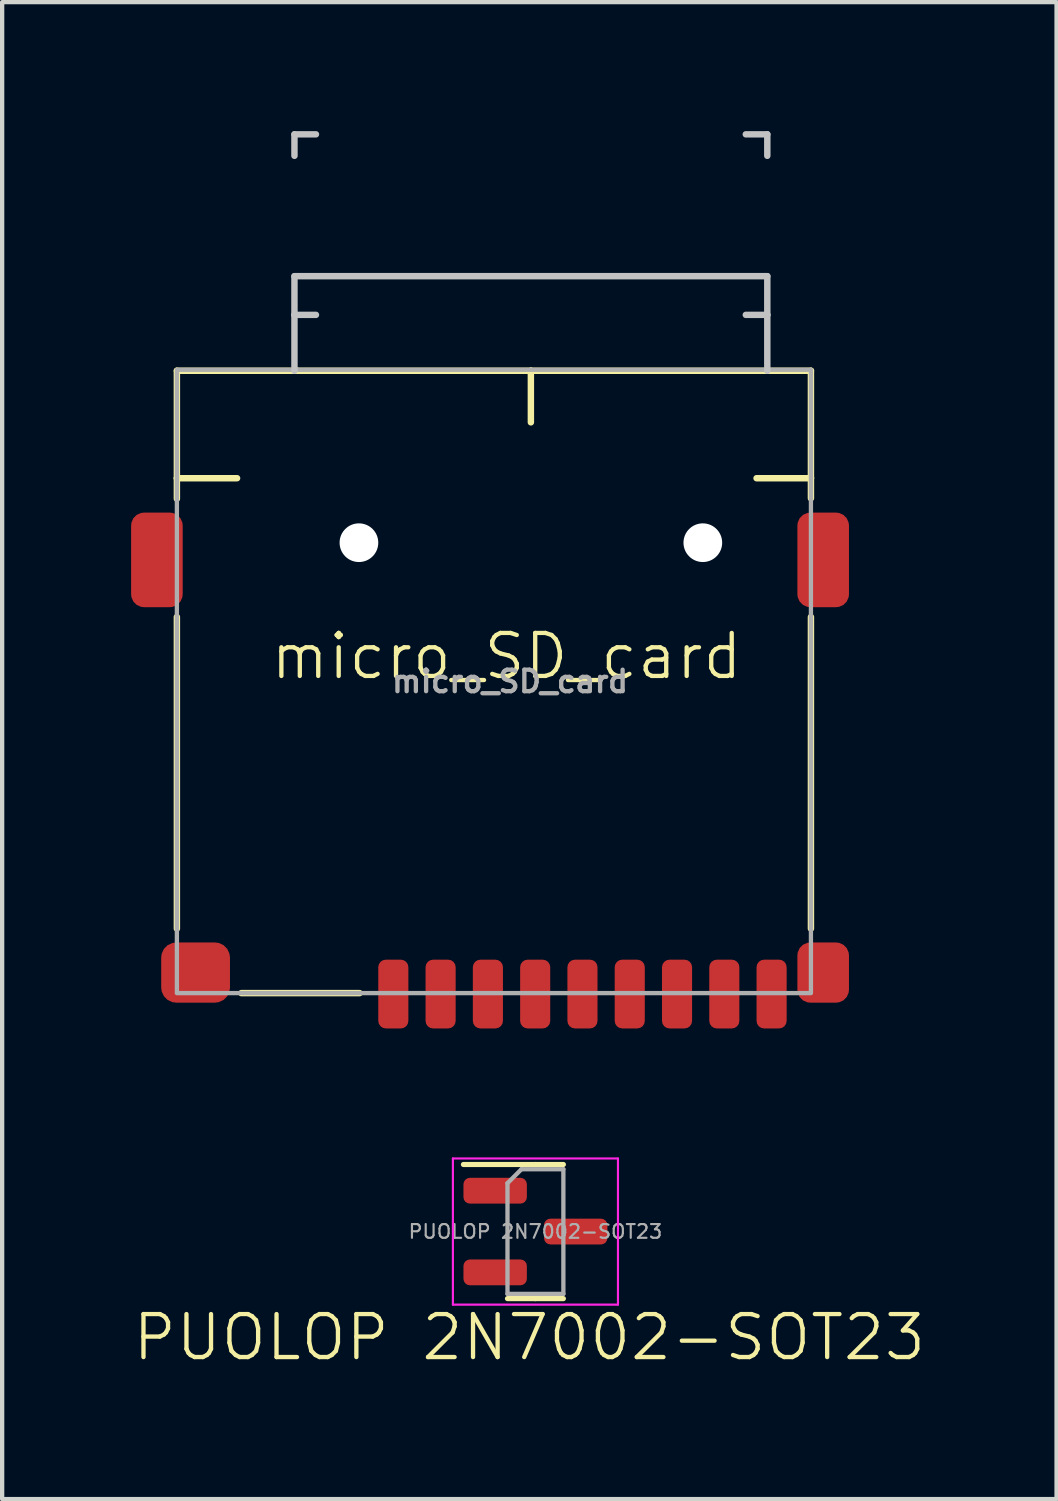
<source format=kicad_pcb>
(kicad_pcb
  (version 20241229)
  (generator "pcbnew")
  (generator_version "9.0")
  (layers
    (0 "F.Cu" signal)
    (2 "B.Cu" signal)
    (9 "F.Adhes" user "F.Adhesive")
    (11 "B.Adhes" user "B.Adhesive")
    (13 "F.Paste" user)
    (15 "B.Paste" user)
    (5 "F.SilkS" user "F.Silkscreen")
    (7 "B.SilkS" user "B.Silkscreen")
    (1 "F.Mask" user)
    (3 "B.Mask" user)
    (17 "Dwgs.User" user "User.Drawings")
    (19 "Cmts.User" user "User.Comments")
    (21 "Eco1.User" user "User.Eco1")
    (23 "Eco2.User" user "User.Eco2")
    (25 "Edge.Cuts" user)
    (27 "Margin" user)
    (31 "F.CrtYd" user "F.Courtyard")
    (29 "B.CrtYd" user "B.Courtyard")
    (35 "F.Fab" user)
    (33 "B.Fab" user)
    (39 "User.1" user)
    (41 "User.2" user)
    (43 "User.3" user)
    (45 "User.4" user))
  (footprint "PUOLOP 2N7002-SOT23"
    (layer "F.Cu")
    (at 9.264 25.522)
    (property "Reference" "PUOLOP 2N7002-SOT23" (at 0 2.54 0) (unlocked yes) (layer "F.SilkS") (effects (font (size 1 1) (thickness 0.1))))
    (attr smd)
    (fp_line (start 0.142 -1.482) (end -1.533 -1.482) (stroke (width 0.12) (type solid)) (layer "F.SilkS"))
    (fp_line (start 0.142 -1.482) (end 0.792 -1.482) (stroke (width 0.12) (type solid)) (layer "F.SilkS"))
    (fp_line (start 0.142 1.638) (end -0.508 1.638) (stroke (width 0.12) (type solid)) (layer "F.SilkS"))
    (fp_line (start 0.142 1.638) (end 0.792 1.638) (stroke (width 0.12) (type solid)) (layer "F.SilkS"))
    (fp_line (start -1.778 -1.622) (end -1.778 1.778) (stroke (width 0.05) (type solid)) (layer "F.CrtYd"))
    (fp_line (start -1.778 1.778) (end 2.062 1.778) (stroke (width 0.05) (type solid)) (layer "F.CrtYd"))
    (fp_line (start 2.062 -1.622) (end -1.778 -1.622) (stroke (width 0.05) (type solid)) (layer "F.CrtYd"))
    (fp_line (start 2.062 1.778) (end 2.062 -1.622) (stroke (width 0.05) (type solid)) (layer "F.CrtYd"))
    (fp_line (start -0.508 -1.047) (end -0.183 -1.372) (stroke (width 0.1) (type solid)) (layer "F.Fab"))
    (fp_line (start -0.508 1.528) (end -0.508 -1.047) (stroke (width 0.1) (type solid)) (layer "F.Fab"))
    (fp_line (start -0.183 -1.372) (end 0.792 -1.372) (stroke (width 0.1) (type solid)) (layer "F.Fab"))
    (fp_line (start 0.792 -1.372) (end 0.792 1.528) (stroke (width 0.1) (type solid)) (layer "F.Fab"))
    (fp_line (start 0.792 1.528) (end -0.508 1.528) (stroke (width 0.1) (type solid)) (layer "F.Fab"))
    (fp_text user "${REFERENCE}" (at 0.142 0.078 0) (layer "F.Fab") (effects (font (size 0.32 0.32) (thickness 0.05))))
    (pad "1" smd roundrect (at 1.079 0.078) (size 1.475 0.6) (layers "F.Cu" "F.Mask" "F.Paste") (roundrect_rratio 0.25))
    (pad "2" smd roundrect (at -0.795 -0.872) (size 1.475 0.6) (layers "F.Cu" "F.Mask" "F.Paste") (roundrect_rratio 0.25))
    (pad "3" smd roundrect (at -0.795 1.028) (size 1.475 0.6) (layers "F.Cu" "F.Mask" "F.Paste") (roundrect_rratio 0.25)))
  (footprint "micro_SD_card"
    (layer "F.Cu")
    (at 8.734 12.717)
    (property "Reference" "micro_SD_card" (at 0 -0.5 0) (unlocked yes) (layer "F.SilkS") (effects (font (size 1 1) (thickness 0.1))))
    (attr smd)
    (fp_line (start -7.669 -7.142) (end -7.669 -4.642) (stroke (width 0.15) (type solid)) (layer "F.SilkS"))
    (fp_line (start -7.669 -4.642) (end -7.669 -4.164) (stroke (width 0.15) (type default)) (layer "F.SilkS"))
    (fp_line (start -7.669 -1.414) (end -7.669 5.836) (stroke (width 0.15) (type default)) (layer "F.SilkS"))
    (fp_line (start -6.269 -4.642) (end -7.669 -4.642) (stroke (width 0.15) (type solid)) (layer "F.SilkS"))
    (fp_line (start -6.169 7.336) (end -3.419 7.336) (stroke (width 0.15) (type default)) (layer "F.SilkS"))
    (fp_line (start -4.869 -7.142) (end -7.669 -7.142) (stroke (width 0.15) (type solid)) (layer "F.SilkS"))
    (fp_line (start 0.566 -7.142) (end -4.934 -7.142) (stroke (width 0.15) (type solid)) (layer "F.SilkS"))
    (fp_line (start 0.566 -5.942) (end 0.566 -7.142) (stroke (width 0.15) (type solid)) (layer "F.SilkS"))
    (fp_line (start 5.816 -4.642) (end 7.081 -4.642) (stroke (width 0.15) (type solid)) (layer "F.SilkS"))
    (fp_line (start 6.066 -7.142) (end 0.566 -7.142) (stroke (width 0.15) (type solid)) (layer "F.SilkS"))
    (fp_line (start 7.081 -7.142) (end 6.066 -7.142) (stroke (width 0.15) (type solid)) (layer "F.SilkS"))
    (fp_line (start 7.081 -7.142) (end 7.081 -4.642) (stroke (width 0.15) (type solid)) (layer "F.SilkS"))
    (fp_line (start 7.081 -4.653) (end 7.081 -4.175) (stroke (width 0.15) (type default)) (layer "F.SilkS"))
    (fp_line (start 7.081 -1.414) (end 7.081 5.836) (stroke (width 0.15) (type default)) (layer "F.SilkS"))
    (fp_line (start -4.934 -12.642) (end -4.934 -12.142) (stroke (width 0.15) (type solid)) (layer "Dwgs.User"))
    (fp_line (start -4.934 -9.342) (end -4.934 -8.442) (stroke (width 0.15) (type solid)) (layer "Dwgs.User"))
    (fp_line (start -4.934 -8.442) (end -4.934 -7.142) (stroke (width 0.15) (type solid)) (layer "Dwgs.User"))
    (fp_line (start -4.434 -12.642) (end -4.934 -12.642) (stroke (width 0.15) (type solid)) (layer "Dwgs.User"))
    (fp_line (start -4.434 -8.442) (end -4.934 -8.442) (stroke (width 0.15) (type solid)) (layer "Dwgs.User"))
    (fp_line (start 5.566 -12.642) (end 6.066 -12.642) (stroke (width 0.15) (type solid)) (layer "Dwgs.User"))
    (fp_line (start 5.566 -8.442) (end 6.066 -8.442) (stroke (width 0.15) (type solid)) (layer "Dwgs.User"))
    (fp_line (start 6.066 -12.642) (end 6.066 -12.142) (stroke (width 0.15) (type solid)) (layer "Dwgs.User"))
    (fp_line (start 6.066 -9.342) (end -4.934 -9.342) (stroke (width 0.15) (type solid)) (layer "Dwgs.User"))
    (fp_line (start 6.066 -9.342) (end 6.066 -8.442) (stroke (width 0.15) (type solid)) (layer "Dwgs.User"))
    (fp_line (start 6.066 -8.442) (end 6.066 -7.142) (stroke (width 0.15) (type solid)) (layer "Dwgs.User"))
    (fp_rect (start -7.669 -7.164) (end 7.081 7.336) (stroke (width 0.1) (type solid)) (fill no) (layer "F.Fab"))
    (fp_text user "${REFERENCE}" (at 0.081 0.086 0) (layer "F.Fab") (effects (font (size 0.5 0.5) (thickness 0.1))))
    (pad "" np_thru_hole circle (at -3.434 -3.142) (size 0.9 0.9) (drill 0.9) (layers "*.Cu" "*.Mask"))
    (pad "" np_thru_hole circle (at 4.566 -3.142) (size 0.9 0.9) (drill 0.9) (layers "*.Cu" "*.Mask"))
    (pad "1" smd roundrect (at -2.634 7.358) (size 0.7 1.6) (layers "F.Cu" "F.Mask" "F.Paste") (roundrect_rratio 0.25))
    (pad "2" smd roundrect (at -1.534 7.358) (size 0.7 1.6) (layers "F.Cu" "F.Mask" "F.Paste") (roundrect_rratio 0.25))
    (pad "3" smd roundrect (at -0.434 7.358) (size 0.7 1.6) (layers "F.Cu" "F.Mask" "F.Paste") (roundrect_rratio 0.25))
    (pad "4" smd roundrect (at 0.666 7.358) (size 0.7 1.6) (layers "F.Cu" "F.Mask" "F.Paste") (roundrect_rratio 0.25))
    (pad "5" smd roundrect (at 1.766 7.358) (size 0.7 1.6) (layers "F.Cu" "F.Mask" "F.Paste") (roundrect_rratio 0.25))
    (pad "6" smd roundrect (at 2.866 7.358) (size 0.7 1.6) (layers "F.Cu" "F.Mask" "F.Paste") (roundrect_rratio 0.25))
    (pad "7" smd roundrect (at 3.966 7.358) (size 0.7 1.6) (layers "F.Cu" "F.Mask" "F.Paste") (roundrect_rratio 0.25))
    (pad "8" smd roundrect (at 5.066 7.358) (size 0.7 1.6) (layers "F.Cu" "F.Mask" "F.Paste") (roundrect_rratio 0.25))
    (pad "9" smd roundrect (at 6.166 7.358) (size 0.7 1.6) (layers "F.Cu" "F.Mask" "F.Paste") (roundrect_rratio 0.25))
    (pad "SH" smd roundrect (at -8.134 -2.742) (size 1.2 2.2) (layers "F.Cu" "F.Mask" "F.Paste") (roundrect_rratio 0.25))
    (pad "SH" smd roundrect (at -7.234 6.858) (size 1.6 1.4) (layers "F.Cu" "F.Mask" "F.Paste") (roundrect_rratio 0.25))
    (pad "SH" smd roundrect (at 7.366 -2.742) (size 1.2 2.2) (layers "F.Cu" "F.Mask" "F.Paste") (roundrect_rratio 0.25))
    (pad "SH" smd roundrect (at 7.366 6.858) (size 1.2 1.4) (layers "F.Cu" "F.Mask" "F.Paste") (roundrect_rratio 0.25)))
  (gr_rect
    (start -3 -3)
    (end 21.529 31.823)
    (stroke (width 0.1) (type default))
    (fill no)
    (layer "Edge.Cuts")))
</source>
